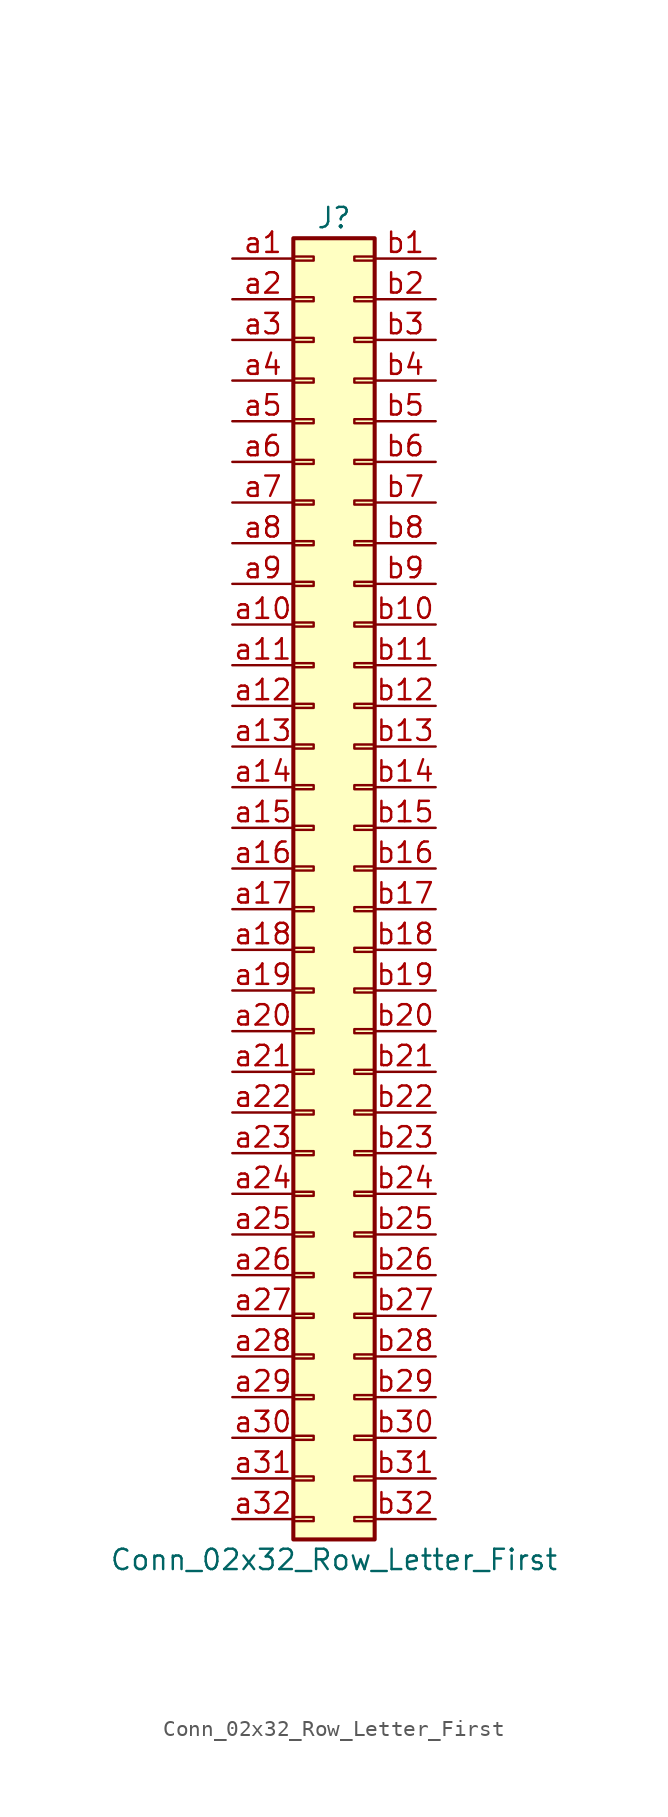
<source format=kicad_sym>
(kicad_symbol_lib
  (version 20220914)
  (generator kicad_symbol_editor)
  (symbol "Conn_02x32_Row_Letter_First"
    (pin_names
      (offset 1.016) hide)
    (property "Reference" "J"
      (at 1.27 40.64 0)
      (effects (font (size 1.27 1.27))))
    (property "Value" "Conn_02x32_Row_Letter_First"
      (at 1.27 -43.18 0)
      (effects (font (size 1.27 1.27))))
    (symbol "Conn_02x32_Row_Letter_First_1_1"
      (rectangle (start -1.27 -40.513) (end 0 -40.767) (stroke (width 0.152) (type solid)) (fill (type none)))
      (rectangle (start -1.27 -37.973) (end 0 -38.227) (stroke (width 0.152) (type solid)) (fill (type none)))
      (rectangle (start -1.27 -35.433) (end 0 -35.687) (stroke (width 0.152) (type solid)) (fill (type none)))
      (rectangle (start -1.27 -32.893) (end 0 -33.147) (stroke (width 0.152) (type solid)) (fill (type none)))
      (rectangle (start -1.27 -30.353) (end 0 -30.607) (stroke (width 0.152) (type solid)) (fill (type none)))
      (rectangle (start -1.27 -27.813) (end 0 -28.067) (stroke (width 0.152) (type solid)) (fill (type none)))
      (rectangle (start -1.27 -25.273) (end 0 -25.527) (stroke (width 0.152) (type solid)) (fill (type none)))
      (rectangle (start -1.27 -22.733) (end 0 -22.987) (stroke (width 0.152) (type solid)) (fill (type none)))
      (rectangle (start -1.27 -20.193) (end 0 -20.447) (stroke (width 0.152) (type solid)) (fill (type none)))
      (rectangle (start -1.27 -17.653) (end 0 -17.907) (stroke (width 0.152) (type solid)) (fill (type none)))
      (rectangle (start -1.27 -15.113) (end 0 -15.367) (stroke (width 0.152) (type solid)) (fill (type none)))
      (rectangle (start -1.27 -12.573) (end 0 -12.827) (stroke (width 0.152) (type solid)) (fill (type none)))
      (rectangle (start -1.27 -10.033) (end 0 -10.287) (stroke (width 0.152) (type solid)) (fill (type none)))
      (rectangle (start -1.27 -7.493) (end 0 -7.747) (stroke (width 0.152) (type solid)) (fill (type none)))
      (rectangle (start -1.27 -4.953) (end 0 -5.207) (stroke (width 0.152) (type solid)) (fill (type none)))
      (rectangle (start -1.27 -2.413) (end 0 -2.667) (stroke (width 0.152) (type solid)) (fill (type none)))
      (rectangle (start -1.27 0.127) (end 0 -0.127) (stroke (width 0.152) (type solid)) (fill (type none)))
      (rectangle (start -1.27 2.667) (end 0 2.413) (stroke (width 0.152) (type solid)) (fill (type none)))
      (rectangle (start -1.27 5.207) (end 0 4.953) (stroke (width 0.152) (type solid)) (fill (type none)))
      (rectangle (start -1.27 7.747) (end 0 7.493) (stroke (width 0.152) (type solid)) (fill (type none)))
      (rectangle (start -1.27 10.287) (end 0 10.033) (stroke (width 0.152) (type solid)) (fill (type none)))
      (rectangle (start -1.27 12.827) (end 0 12.573) (stroke (width 0.152) (type solid)) (fill (type none)))
      (rectangle (start -1.27 15.367) (end 0 15.113) (stroke (width 0.152) (type solid)) (fill (type none)))
      (rectangle (start -1.27 17.907) (end 0 17.653) (stroke (width 0.152) (type solid)) (fill (type none)))
      (rectangle (start -1.27 20.447) (end 0 20.193) (stroke (width 0.152) (type solid)) (fill (type none)))
      (rectangle (start -1.27 22.987) (end 0 22.733) (stroke (width 0.152) (type solid)) (fill (type none)))
      (rectangle (start -1.27 25.527) (end 0 25.273) (stroke (width 0.152) (type solid)) (fill (type none)))
      (rectangle (start -1.27 28.067) (end 0 27.813) (stroke (width 0.152) (type solid)) (fill (type none)))
      (rectangle (start -1.27 30.607) (end 0 30.353) (stroke (width 0.152) (type solid)) (fill (type none)))
      (rectangle (start -1.27 33.147) (end 0 32.893) (stroke (width 0.152) (type solid)) (fill (type none)))
      (rectangle (start -1.27 35.687) (end 0 35.433) (stroke (width 0.152) (type solid)) (fill (type none)))
      (rectangle (start -1.27 38.227) (end 0 37.973) (stroke (width 0.152) (type solid)) (fill (type none)))
      (rectangle (start -1.27 39.37) (end 3.81 -41.91) (stroke (width 0.254) (type solid)) (fill (type background)))
      (rectangle (start 3.81 -40.513) (end 2.54 -40.767) (stroke (width 0.152) (type solid)) (fill (type none)))
      (rectangle (start 3.81 -37.973) (end 2.54 -38.227) (stroke (width 0.152) (type solid)) (fill (type none)))
      (rectangle (start 3.81 -35.433) (end 2.54 -35.687) (stroke (width 0.152) (type solid)) (fill (type none)))
      (rectangle (start 3.81 -32.893) (end 2.54 -33.147) (stroke (width 0.152) (type solid)) (fill (type none)))
      (rectangle (start 3.81 -30.353) (end 2.54 -30.607) (stroke (width 0.152) (type solid)) (fill (type none)))
      (rectangle (start 3.81 -27.813) (end 2.54 -28.067) (stroke (width 0.152) (type solid)) (fill (type none)))
      (rectangle (start 3.81 -25.273) (end 2.54 -25.527) (stroke (width 0.152) (type solid)) (fill (type none)))
      (rectangle (start 3.81 -22.733) (end 2.54 -22.987) (stroke (width 0.152) (type solid)) (fill (type none)))
      (rectangle (start 3.81 -20.193) (end 2.54 -20.447) (stroke (width 0.152) (type solid)) (fill (type none)))
      (rectangle (start 3.81 -17.653) (end 2.54 -17.907) (stroke (width 0.152) (type solid)) (fill (type none)))
      (rectangle (start 3.81 -15.113) (end 2.54 -15.367) (stroke (width 0.152) (type solid)) (fill (type none)))
      (rectangle (start 3.81 -12.573) (end 2.54 -12.827) (stroke (width 0.152) (type solid)) (fill (type none)))
      (rectangle (start 3.81 -10.033) (end 2.54 -10.287) (stroke (width 0.152) (type solid)) (fill (type none)))
      (rectangle (start 3.81 -7.493) (end 2.54 -7.747) (stroke (width 0.152) (type solid)) (fill (type none)))
      (rectangle (start 3.81 -4.953) (end 2.54 -5.207) (stroke (width 0.152) (type solid)) (fill (type none)))
      (rectangle (start 3.81 -2.413) (end 2.54 -2.667) (stroke (width 0.152) (type solid)) (fill (type none)))
      (rectangle (start 3.81 0.127) (end 2.54 -0.127) (stroke (width 0.152) (type solid)) (fill (type none)))
      (rectangle (start 3.81 2.667) (end 2.54 2.413) (stroke (width 0.152) (type solid)) (fill (type none)))
      (rectangle (start 3.81 5.207) (end 2.54 4.953) (stroke (width 0.152) (type solid)) (fill (type none)))
      (rectangle (start 3.81 7.747) (end 2.54 7.493) (stroke (width 0.152) (type solid)) (fill (type none)))
      (rectangle (start 3.81 10.287) (end 2.54 10.033) (stroke (width 0.152) (type solid)) (fill (type none)))
      (rectangle (start 3.81 12.827) (end 2.54 12.573) (stroke (width 0.152) (type solid)) (fill (type none)))
      (rectangle (start 3.81 15.367) (end 2.54 15.113) (stroke (width 0.152) (type solid)) (fill (type none)))
      (rectangle (start 3.81 17.907) (end 2.54 17.653) (stroke (width 0.152) (type solid)) (fill (type none)))
      (rectangle (start 3.81 20.447) (end 2.54 20.193) (stroke (width 0.152) (type solid)) (fill (type none)))
      (rectangle (start 3.81 22.987) (end 2.54 22.733) (stroke (width 0.152) (type solid)) (fill (type none)))
      (rectangle (start 3.81 25.527) (end 2.54 25.273) (stroke (width 0.152) (type solid)) (fill (type none)))
      (rectangle (start 3.81 28.067) (end 2.54 27.813) (stroke (width 0.152) (type solid)) (fill (type none)))
      (rectangle (start 3.81 30.607) (end 2.54 30.353) (stroke (width 0.152) (type solid)) (fill (type none)))
      (rectangle (start 3.81 33.147) (end 2.54 32.893) (stroke (width 0.152) (type solid)) (fill (type none)))
      (rectangle (start 3.81 35.687) (end 2.54 35.433) (stroke (width 0.152) (type solid)) (fill (type none)))
      (rectangle (start 3.81 38.227) (end 2.54 37.973) (stroke (width 0.152) (type solid)) (fill (type none)))
      (pin passive line (at -5.08 38.1 0) (length 3.81) (name "Pin_a1" (effects (font (size 1.27 1.27)))) (number "a1" (effects (font (size 1.27 1.27)))))
      (pin passive line (at -5.08 15.24 0) (length 3.81) (name "Pin_a10" (effects (font (size 1.27 1.27)))) (number "a10" (effects (font (size 1.27 1.27)))))
      (pin passive line (at -5.08 12.7 0) (length 3.81) (name "Pin_a11" (effects (font (size 1.27 1.27)))) (number "a11" (effects (font (size 1.27 1.27)))))
      (pin passive line (at -5.08 10.16 0) (length 3.81) (name "Pin_a12" (effects (font (size 1.27 1.27)))) (number "a12" (effects (font (size 1.27 1.27)))))
      (pin passive line (at -5.08 7.62 0) (length 3.81) (name "Pin_a13" (effects (font (size 1.27 1.27)))) (number "a13" (effects (font (size 1.27 1.27)))))
      (pin passive line (at -5.08 5.08 0) (length 3.81) (name "Pin_a14" (effects (font (size 1.27 1.27)))) (number "a14" (effects (font (size 1.27 1.27)))))
      (pin passive line (at -5.08 2.54 0) (length 3.81) (name "Pin_a15" (effects (font (size 1.27 1.27)))) (number "a15" (effects (font (size 1.27 1.27)))))
      (pin passive line (at -5.08 0 0) (length 3.81) (name "Pin_a16" (effects (font (size 1.27 1.27)))) (number "a16" (effects (font (size 1.27 1.27)))))
      (pin passive line (at -5.08 -2.54 0) (length 3.81) (name "Pin_a17" (effects (font (size 1.27 1.27)))) (number "a17" (effects (font (size 1.27 1.27)))))
      (pin passive line (at -5.08 -5.08 0) (length 3.81) (name "Pin_a18" (effects (font (size 1.27 1.27)))) (number "a18" (effects (font (size 1.27 1.27)))))
      (pin passive line (at -5.08 -7.62 0) (length 3.81) (name "Pin_a19" (effects (font (size 1.27 1.27)))) (number "a19" (effects (font (size 1.27 1.27)))))
      (pin passive line (at -5.08 35.56 0) (length 3.81) (name "Pin_a2" (effects (font (size 1.27 1.27)))) (number "a2" (effects (font (size 1.27 1.27)))))
      (pin passive line (at -5.08 -10.16 0) (length 3.81) (name "Pin_a20" (effects (font (size 1.27 1.27)))) (number "a20" (effects (font (size 1.27 1.27)))))
      (pin passive line (at -5.08 -12.7 0) (length 3.81) (name "Pin_a21" (effects (font (size 1.27 1.27)))) (number "a21" (effects (font (size 1.27 1.27)))))
      (pin passive line (at -5.08 -15.24 0) (length 3.81) (name "Pin_a22" (effects (font (size 1.27 1.27)))) (number "a22" (effects (font (size 1.27 1.27)))))
      (pin passive line (at -5.08 -17.78 0) (length 3.81) (name "Pin_a23" (effects (font (size 1.27 1.27)))) (number "a23" (effects (font (size 1.27 1.27)))))
      (pin passive line (at -5.08 -20.32 0) (length 3.81) (name "Pin_a24" (effects (font (size 1.27 1.27)))) (number "a24" (effects (font (size 1.27 1.27)))))
      (pin passive line (at -5.08 -22.86 0) (length 3.81) (name "Pin_a25" (effects (font (size 1.27 1.27)))) (number "a25" (effects (font (size 1.27 1.27)))))
      (pin passive line (at -5.08 -25.4 0) (length 3.81) (name "Pin_a26" (effects (font (size 1.27 1.27)))) (number "a26" (effects (font (size 1.27 1.27)))))
      (pin passive line (at -5.08 -27.94 0) (length 3.81) (name "Pin_a27" (effects (font (size 1.27 1.27)))) (number "a27" (effects (font (size 1.27 1.27)))))
      (pin passive line (at -5.08 -30.48 0) (length 3.81) (name "Pin_a28" (effects (font (size 1.27 1.27)))) (number "a28" (effects (font (size 1.27 1.27)))))
      (pin passive line (at -5.08 -33.02 0) (length 3.81) (name "Pin_a29" (effects (font (size 1.27 1.27)))) (number "a29" (effects (font (size 1.27 1.27)))))
      (pin passive line (at -5.08 33.02 0) (length 3.81) (name "Pin_a3" (effects (font (size 1.27 1.27)))) (number "a3" (effects (font (size 1.27 1.27)))))
      (pin passive line (at -5.08 -35.56 0) (length 3.81) (name "Pin_a30" (effects (font (size 1.27 1.27)))) (number "a30" (effects (font (size 1.27 1.27)))))
      (pin passive line (at -5.08 -38.1 0) (length 3.81) (name "Pin_a31" (effects (font (size 1.27 1.27)))) (number "a31" (effects (font (size 1.27 1.27)))))
      (pin passive line (at -5.08 -40.64 0) (length 3.81) (name "Pin_a32" (effects (font (size 1.27 1.27)))) (number "a32" (effects (font (size 1.27 1.27)))))
      (pin passive line (at -5.08 30.48 0) (length 3.81) (name "Pin_a4" (effects (font (size 1.27 1.27)))) (number "a4" (effects (font (size 1.27 1.27)))))
      (pin passive line (at -5.08 27.94 0) (length 3.81) (name "Pin_a5" (effects (font (size 1.27 1.27)))) (number "a5" (effects (font (size 1.27 1.27)))))
      (pin passive line (at -5.08 25.4 0) (length 3.81) (name "Pin_a6" (effects (font (size 1.27 1.27)))) (number "a6" (effects (font (size 1.27 1.27)))))
      (pin passive line (at -5.08 22.86 0) (length 3.81) (name "Pin_a7" (effects (font (size 1.27 1.27)))) (number "a7" (effects (font (size 1.27 1.27)))))
      (pin passive line (at -5.08 20.32 0) (length 3.81) (name "Pin_a8" (effects (font (size 1.27 1.27)))) (number "a8" (effects (font (size 1.27 1.27)))))
      (pin passive line (at -5.08 17.78 0) (length 3.81) (name "Pin_a9" (effects (font (size 1.27 1.27)))) (number "a9" (effects (font (size 1.27 1.27)))))
      (pin passive line (at 7.62 38.1 180) (length 3.81) (name "Pin_b1" (effects (font (size 1.27 1.27)))) (number "b1" (effects (font (size 1.27 1.27)))))
      (pin passive line (at 7.62 15.24 180) (length 3.81) (name "Pin_b10" (effects (font (size 1.27 1.27)))) (number "b10" (effects (font (size 1.27 1.27)))))
      (pin passive line (at 7.62 12.7 180) (length 3.81) (name "Pin_b11" (effects (font (size 1.27 1.27)))) (number "b11" (effects (font (size 1.27 1.27)))))
      (pin passive line (at 7.62 10.16 180) (length 3.81) (name "Pin_b12" (effects (font (size 1.27 1.27)))) (number "b12" (effects (font (size 1.27 1.27)))))
      (pin passive line (at 7.62 7.62 180) (length 3.81) (name "Pin_b13" (effects (font (size 1.27 1.27)))) (number "b13" (effects (font (size 1.27 1.27)))))
      (pin passive line (at 7.62 5.08 180) (length 3.81) (name "Pin_b14" (effects (font (size 1.27 1.27)))) (number "b14" (effects (font (size 1.27 1.27)))))
      (pin passive line (at 7.62 2.54 180) (length 3.81) (name "Pin_b15" (effects (font (size 1.27 1.27)))) (number "b15" (effects (font (size 1.27 1.27)))))
      (pin passive line (at 7.62 0 180) (length 3.81) (name "Pin_b16" (effects (font (size 1.27 1.27)))) (number "b16" (effects (font (size 1.27 1.27)))))
      (pin passive line (at 7.62 -2.54 180) (length 3.81) (name "Pin_b17" (effects (font (size 1.27 1.27)))) (number "b17" (effects (font (size 1.27 1.27)))))
      (pin passive line (at 7.62 -5.08 180) (length 3.81) (name "Pin_b18" (effects (font (size 1.27 1.27)))) (number "b18" (effects (font (size 1.27 1.27)))))
      (pin passive line (at 7.62 -7.62 180) (length 3.81) (name "Pin_b19" (effects (font (size 1.27 1.27)))) (number "b19" (effects (font (size 1.27 1.27)))))
      (pin passive line (at 7.62 35.56 180) (length 3.81) (name "Pin_b2" (effects (font (size 1.27 1.27)))) (number "b2" (effects (font (size 1.27 1.27)))))
      (pin passive line (at 7.62 -10.16 180) (length 3.81) (name "Pin_b20" (effects (font (size 1.27 1.27)))) (number "b20" (effects (font (size 1.27 1.27)))))
      (pin passive line (at 7.62 -12.7 180) (length 3.81) (name "Pin_b21" (effects (font (size 1.27 1.27)))) (number "b21" (effects (font (size 1.27 1.27)))))
      (pin passive line (at 7.62 -15.24 180) (length 3.81) (name "Pin_b22" (effects (font (size 1.27 1.27)))) (number "b22" (effects (font (size 1.27 1.27)))))
      (pin passive line (at 7.62 -17.78 180) (length 3.81) (name "Pin_b23" (effects (font (size 1.27 1.27)))) (number "b23" (effects (font (size 1.27 1.27)))))
      (pin passive line (at 7.62 -20.32 180) (length 3.81) (name "Pin_b24" (effects (font (size 1.27 1.27)))) (number "b24" (effects (font (size 1.27 1.27)))))
      (pin passive line (at 7.62 -22.86 180) (length 3.81) (name "Pin_b25" (effects (font (size 1.27 1.27)))) (number "b25" (effects (font (size 1.27 1.27)))))
      (pin passive line (at 7.62 -25.4 180) (length 3.81) (name "Pin_b26" (effects (font (size 1.27 1.27)))) (number "b26" (effects (font (size 1.27 1.27)))))
      (pin passive line (at 7.62 -27.94 180) (length 3.81) (name "Pin_b27" (effects (font (size 1.27 1.27)))) (number "b27" (effects (font (size 1.27 1.27)))))
      (pin passive line (at 7.62 -30.48 180) (length 3.81) (name "Pin_b28" (effects (font (size 1.27 1.27)))) (number "b28" (effects (font (size 1.27 1.27)))))
      (pin passive line (at 7.62 -33.02 180) (length 3.81) (name "Pin_b29" (effects (font (size 1.27 1.27)))) (number "b29" (effects (font (size 1.27 1.27)))))
      (pin passive line (at 7.62 33.02 180) (length 3.81) (name "Pin_b3" (effects (font (size 1.27 1.27)))) (number "b3" (effects (font (size 1.27 1.27)))))
      (pin passive line (at 7.62 -35.56 180) (length 3.81) (name "Pin_b30" (effects (font (size 1.27 1.27)))) (number "b30" (effects (font (size 1.27 1.27)))))
      (pin passive line (at 7.62 -38.1 180) (length 3.81) (name "Pin_b31" (effects (font (size 1.27 1.27)))) (number "b31" (effects (font (size 1.27 1.27)))))
      (pin passive line (at 7.62 -40.64 180) (length 3.81) (name "Pin_b32" (effects (font (size 1.27 1.27)))) (number "b32" (effects (font (size 1.27 1.27)))))
      (pin passive line (at 7.62 30.48 180) (length 3.81) (name "Pin_b4" (effects (font (size 1.27 1.27)))) (number "b4" (effects (font (size 1.27 1.27)))))
      (pin passive line (at 7.62 27.94 180) (length 3.81) (name "Pin_b5" (effects (font (size 1.27 1.27)))) (number "b5" (effects (font (size 1.27 1.27)))))
      (pin passive line (at 7.62 25.4 180) (length 3.81) (name "Pin_b6" (effects (font (size 1.27 1.27)))) (number "b6" (effects (font (size 1.27 1.27)))))
      (pin passive line (at 7.62 22.86 180) (length 3.81) (name "Pin_b7" (effects (font (size 1.27 1.27)))) (number "b7" (effects (font (size 1.27 1.27)))))
      (pin passive line (at 7.62 20.32 180) (length 3.81) (name "Pin_b8" (effects (font (size 1.27 1.27)))) (number "b8" (effects (font (size 1.27 1.27)))))
      (pin passive line (at 7.62 17.78 180) (length 3.81) (name "Pin_b9" (effects (font (size 1.27 1.27)))) (number "b9" (effects (font (size 1.27 1.27))))))))
</source>
